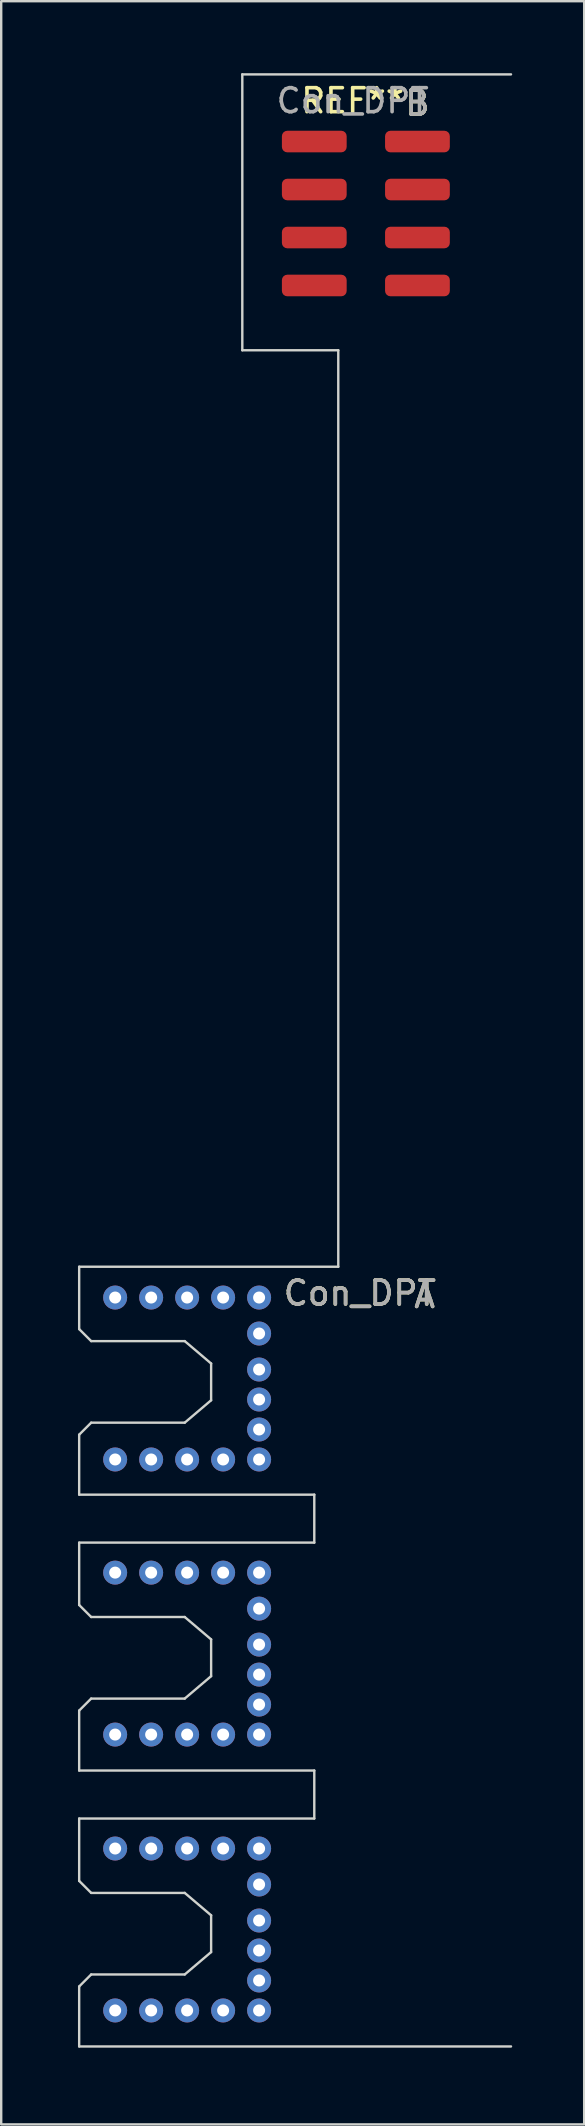
<source format=kicad_pcb>
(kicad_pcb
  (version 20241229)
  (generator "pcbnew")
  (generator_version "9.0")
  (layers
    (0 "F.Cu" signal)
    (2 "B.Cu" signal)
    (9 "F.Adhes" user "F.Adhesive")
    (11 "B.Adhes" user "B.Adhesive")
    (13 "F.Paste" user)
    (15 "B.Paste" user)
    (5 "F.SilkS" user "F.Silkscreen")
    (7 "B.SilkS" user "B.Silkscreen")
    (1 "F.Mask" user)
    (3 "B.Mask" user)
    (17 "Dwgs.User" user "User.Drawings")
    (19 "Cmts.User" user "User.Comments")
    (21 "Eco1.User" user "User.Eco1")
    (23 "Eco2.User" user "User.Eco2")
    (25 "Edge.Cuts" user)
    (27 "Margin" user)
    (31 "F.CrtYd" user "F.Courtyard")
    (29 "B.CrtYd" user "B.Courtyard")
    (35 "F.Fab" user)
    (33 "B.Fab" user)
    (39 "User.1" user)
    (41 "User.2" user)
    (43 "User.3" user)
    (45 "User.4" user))
  (footprint "Con_DPT"
    (layer "F.Cu")
    (at 0.25 82.25)
    (property "Reference" "Con_DPT" (at 11.7 -31.4 0) (unlocked yes) (layer "F.SilkS") (effects (font (size 1 1) (thickness 0.15))))
    (fp_poly (pts (xy 8.856 -23.166) (xy 0.2 -23.166) (xy 0.2 -25.466) (xy 0.6 -25.766) (xy 4.5 -25.766) (xy 5.8 -26.866) (xy 5.8 -28.566) (xy 4.5 -29.666) (xy 0.6 -29.666) (xy 0.2 -30.066) (xy 0.2 -32.266) (xy 8.856 -32.266)) (stroke (width 0.12) (type solid)) (fill yes) (layer "F.Mask"))
    (fp_poly (pts (xy 8.856 -11.7) (xy 0.2 -11.7) (xy 0.2 -14) (xy 0.6 -14.3) (xy 4.5 -14.3) (xy 5.8 -15.4) (xy 5.8 -17.1) (xy 4.5 -18.2) (xy 0.6 -18.2) (xy 0.2 -18.6) (xy 0.2 -20.8) (xy 8.856 -20.8)) (stroke (width 0.12) (type solid)) (fill yes) (layer "F.Mask"))
    (fp_poly (pts (xy 8.856 -0.2) (xy 0.2 -0.2) (xy 0.2 -2.5) (xy 0.6 -2.8) (xy 4.5 -2.8) (xy 5.8 -3.9) (xy 5.8 -5.6) (xy 4.5 -6.7) (xy 0.6 -6.7) (xy 0.2 -7.1) (xy 0.2 -9.3) (xy 8.856 -9.3)) (stroke (width 0.12) (type solid)) (fill yes) (layer "F.Mask"))
    (fp_poly (pts (xy 8.856 -23.166) (xy 0.2 -23.166) (xy 0.2 -25.466) (xy 0.6 -25.766) (xy 4.5 -25.766) (xy 5.8 -26.866) (xy 5.8 -28.566) (xy 4.5 -29.666) (xy 0.6 -29.666) (xy 0.2 -30.066) (xy 0.2 -32.266) (xy 8.856 -32.266)) (stroke (width 0.12) (type solid)) (fill yes) (layer "B.Mask"))
    (fp_poly (pts (xy 8.856 -11.7) (xy 0.2 -11.7) (xy 0.2 -14) (xy 0.6 -14.3) (xy 4.5 -14.3) (xy 5.8 -15.4) (xy 5.8 -17.1) (xy 4.5 -18.2) (xy 0.6 -18.2) (xy 0.2 -18.6) (xy 0.2 -20.8) (xy 8.856 -20.8)) (stroke (width 0.12) (type solid)) (fill yes) (layer "B.Mask"))
    (fp_poly (pts (xy 8.856 -0.2) (xy 0.2 -0.2) (xy 0.2 -2.5) (xy 0.6 -2.8) (xy 4.5 -2.8) (xy 5.8 -3.9) (xy 5.8 -5.6) (xy 4.5 -6.7) (xy 0.6 -6.7) (xy 0.2 -7.1) (xy 0.2 -9.3) (xy 8.856 -9.3)) (stroke (width 0.12) (type solid)) (fill yes) (layer "B.Mask"))
    (fp_line (start 0 -32.5) (end 0 -29.9) (stroke (width 0.1) (type solid)) (layer "Edge.Cuts"))
    (fp_line (start 0 -32.5) (end 10.8 -32.5) (stroke (width 0.1) (type solid)) (layer "Edge.Cuts"))
    (fp_line (start 0 -29.9) (end 0.5 -29.4) (stroke (width 0.1) (type solid)) (layer "Edge.Cuts"))
    (fp_line (start 0 -25.5) (end 0 -23) (stroke (width 0.1) (type solid)) (layer "Edge.Cuts"))
    (fp_line (start 0 -21) (end 0 -18.4) (stroke (width 0.1) (type solid)) (layer "Edge.Cuts"))
    (fp_line (start 0 -21) (end 9.8 -21) (stroke (width 0.1) (type solid)) (layer "Edge.Cuts"))
    (fp_line (start 0 -18.4) (end 0.5 -17.9) (stroke (width 0.1) (type solid)) (layer "Edge.Cuts"))
    (fp_line (start 0 -14) (end 0 -11.5) (stroke (width 0.1) (type solid)) (layer "Edge.Cuts"))
    (fp_line (start 0 -9.5) (end 0 -6.9) (stroke (width 0.1) (type solid)) (layer "Edge.Cuts"))
    (fp_line (start 0 -6.9) (end 0.5 -6.4) (stroke (width 0.1) (type solid)) (layer "Edge.Cuts"))
    (fp_line (start 0 -2.5) (end 0 0) (stroke (width 0.1) (type solid)) (layer "Edge.Cuts"))
    (fp_line (start 0 0) (end 18 0) (stroke (width 0.1) (type solid)) (layer "Edge.Cuts"))
    (fp_line (start 0.5 -29.4) (end 4.4 -29.4) (stroke (width 0.1) (type solid)) (layer "Edge.Cuts"))
    (fp_line (start 0.5 -26) (end 0 -25.5) (stroke (width 0.1) (type solid)) (layer "Edge.Cuts"))
    (fp_line (start 0.5 -17.9) (end 4.4 -17.9) (stroke (width 0.1) (type solid)) (layer "Edge.Cuts"))
    (fp_line (start 0.5 -14.5) (end 0 -14) (stroke (width 0.1) (type solid)) (layer "Edge.Cuts"))
    (fp_line (start 0.5 -6.4) (end 4.4 -6.4) (stroke (width 0.1) (type solid)) (layer "Edge.Cuts"))
    (fp_line (start 0.5 -3) (end 0 -2.5) (stroke (width 0.1) (type solid)) (layer "Edge.Cuts"))
    (fp_line (start 4.4 -29.4) (end 5.5 -28.466) (stroke (width 0.1) (type solid)) (layer "Edge.Cuts"))
    (fp_line (start 4.4 -26) (end 0.5 -26) (stroke (width 0.1) (type solid)) (layer "Edge.Cuts"))
    (fp_line (start 4.4 -26) (end 5.5 -26.934) (stroke (width 0.1) (type solid)) (layer "Edge.Cuts"))
    (fp_line (start 4.4 -17.9) (end 5.5 -16.966) (stroke (width 0.1) (type solid)) (layer "Edge.Cuts"))
    (fp_line (start 4.4 -14.5) (end 0.5 -14.5) (stroke (width 0.1) (type solid)) (layer "Edge.Cuts"))
    (fp_line (start 4.4 -14.5) (end 5.5 -15.434) (stroke (width 0.1) (type solid)) (layer "Edge.Cuts"))
    (fp_line (start 4.4 -6.4) (end 5.5 -5.466) (stroke (width 0.1) (type solid)) (layer "Edge.Cuts"))
    (fp_line (start 4.4 -3) (end 0.5 -3) (stroke (width 0.1) (type solid)) (layer "Edge.Cuts"))
    (fp_line (start 4.4 -3) (end 5.5 -3.934) (stroke (width 0.1) (type solid)) (layer "Edge.Cuts"))
    (fp_line (start 5.5 -28.466) (end 5.5 -26.934) (stroke (width 0.1) (type solid)) (layer "Edge.Cuts"))
    (fp_line (start 5.5 -16.966) (end 5.5 -15.434) (stroke (width 0.1) (type solid)) (layer "Edge.Cuts"))
    (fp_line (start 5.5 -5.466) (end 5.5 -3.934) (stroke (width 0.1) (type solid)) (layer "Edge.Cuts"))
    (fp_line (start 6.8 -82.2) (end 18 -82.2) (stroke (width 0.1) (type solid)) (layer "Edge.Cuts"))
    (fp_line (start 6.8 -70.7) (end 6.8 -82.2) (stroke (width 0.1) (type solid)) (layer "Edge.Cuts"))
    (fp_line (start 9.8 -23) (end 0 -23) (stroke (width 0.1) (type solid)) (layer "Edge.Cuts"))
    (fp_line (start 9.8 -21) (end 9.8 -23) (stroke (width 0.1) (type solid)) (layer "Edge.Cuts"))
    (fp_line (start 9.8 -11.5) (end 0 -11.5) (stroke (width 0.1) (type solid)) (layer "Edge.Cuts"))
    (fp_line (start 9.8 -9.5) (end 0 -9.5) (stroke (width 0.1) (type solid)) (layer "Edge.Cuts"))
    (fp_line (start 9.8 -9.5) (end 9.8 -11.5) (stroke (width 0.1) (type solid)) (layer "Edge.Cuts"))
    (fp_line (start 10.8 -70.7) (end 6.8 -70.7) (stroke (width 0.1) (type solid)) (layer "Edge.Cuts"))
    (fp_line (start 10.8 -32.5) (end 10.8 -70.7) (stroke (width 0.1) (type solid)) (layer "Edge.Cuts"))
    (fp_text user "A" (at 14.4 -31.3 0) (unlocked yes) (layer "F.SilkS") (effects (font (size 1 1) (thickness 0.15))))
    (fp_text user "B" (at 14.1 -81 0) (unlocked yes) (layer "F.SilkS") (effects (font (size 1 1) (thickness 0.15))))
    (fp_text user "REF**" (at 11.4 -81.1 0) (unlocked yes) (layer "F.SilkS") (effects (font (size 1 1) (thickness 0.15))))
    (fp_text user "A" (at 14.4 -31.3 0) (unlocked yes) (layer "F.Fab") (effects (font (size 1 1) (thickness 0.15))))
    (fp_text user "${REFERENCE}" (at 11.4 -81.1 0) (unlocked yes) (layer "F.Fab") (effects (font (size 1 1) (thickness 0.15))))
    (fp_text user "B" (at 14.1 -81 0) (unlocked yes) (layer "F.Fab") (effects (font (size 1 1) (thickness 0.15))))
    (fp_text user "${REFERENCE}" (at 11.7 -31.4 0) (unlocked yes) (layer "F.Fab") (effects (font (size 1 1) (thickness 0.15))))
    (pad "1" smd roundrect (at 9.8 -73.4) (size 2.7 0.9) (layers "F.Cu" "F.Mask" "F.Paste") (roundrect_rratio 0.25))
    (pad "2" smd roundrect (at 9.8 -75.4) (size 2.7 0.9) (layers "F.Cu" "F.Mask" "F.Paste") (roundrect_rratio 0.25))
    (pad "3" smd roundrect (at 9.8 -77.4) (size 2.7 0.9) (layers "F.Cu" "F.Mask" "F.Paste") (roundrect_rratio 0.25))
    (pad "4" smd roundrect (at 9.8 -79.4) (size 2.7 0.9) (layers "F.Cu" "F.Mask" "F.Paste") (roundrect_rratio 0.25))
    (pad "5" smd roundrect (at 14.1 -73.4) (size 2.7 0.9) (layers "F.Cu" "F.Mask" "F.Paste") (roundrect_rratio 0.25))
    (pad "6" smd roundrect (at 14.1 -75.4) (size 2.7 0.9) (layers "F.Cu" "F.Mask" "F.Paste") (roundrect_rratio 0.25))
    (pad "7" smd roundrect (at 14.1 -77.4) (size 2.7 0.9) (layers "F.Cu" "F.Mask" "F.Paste") (roundrect_rratio 0.25))
    (pad "8" smd roundrect (at 14.1 -79.4) (size 2.7 0.9) (layers "F.Cu" "F.Mask" "F.Paste") (roundrect_rratio 0.25))
    (pad "9" thru_hole circle (at 1.5 -31.216) (size 1 1) (drill 0.5) (layers "*.Cu" "*.Mask"))
    (pad "9" thru_hole circle (at 1.5 -24.466) (size 1 1) (drill 0.5) (layers "*.Cu" "*.Mask"))
    (pad "9" thru_hole circle (at 3 -31.216) (size 1 1) (drill 0.5) (layers "*.Cu" "*.Mask"))
    (pad "9" thru_hole circle (at 3 -24.466) (size 1 1) (drill 0.5) (layers "*.Cu" "*.Mask"))
    (pad "9" thru_hole circle (at 4.5 -31.216) (size 1 1) (drill 0.5) (layers "*.Cu" "*.Mask"))
    (pad "9" thru_hole circle (at 4.5 -24.466) (size 1 1) (drill 0.5) (layers "*.Cu" "*.Mask"))
    (pad "9" thru_hole circle (at 6 -31.216) (size 1 1) (drill 0.5) (layers "*.Cu" "*.Mask"))
    (pad "9" thru_hole circle (at 6 -24.466) (size 1 1) (drill 0.5) (layers "*.Cu" "*.Mask"))
    (pad "9" thru_hole circle (at 7.5 -31.216) (size 1 1) (drill 0.5) (layers "*.Cu" "*.Mask"))
    (pad "9" thru_hole circle (at 7.5 -29.716) (size 1 1) (drill 0.5) (layers "*.Cu" "*.Mask"))
    (pad "9" thru_hole circle (at 7.5 -28.216) (size 1 1) (drill 0.5) (layers "*.Cu" "*.Mask"))
    (pad "9" thru_hole circle (at 7.5 -26.966) (size 1 1) (drill 0.5) (layers "*.Cu" "*.Mask"))
    (pad "9" thru_hole circle (at 7.5 -25.716) (size 1 1) (drill 0.5) (layers "*.Cu" "*.Mask"))
    (pad "9" thru_hole circle (at 7.5 -24.466) (size 1 1) (drill 0.5) (layers "*.Cu" "*.Mask"))
    (pad "10" thru_hole circle (at 1.5 -19.75) (size 1 1) (drill 0.5) (layers "*.Cu" "*.Mask"))
    (pad "10" thru_hole circle (at 1.5 -13) (size 1 1) (drill 0.5) (layers "*.Cu" "*.Mask"))
    (pad "10" thru_hole circle (at 3 -19.75) (size 1 1) (drill 0.5) (layers "*.Cu" "*.Mask"))
    (pad "10" thru_hole circle (at 3 -13) (size 1 1) (drill 0.5) (layers "*.Cu" "*.Mask"))
    (pad "10" thru_hole circle (at 4.5 -19.75) (size 1 1) (drill 0.5) (layers "*.Cu" "*.Mask"))
    (pad "10" thru_hole circle (at 4.5 -13) (size 1 1) (drill 0.5) (layers "*.Cu" "*.Mask"))
    (pad "10" thru_hole circle (at 6 -19.75) (size 1 1) (drill 0.5) (layers "*.Cu" "*.Mask"))
    (pad "10" thru_hole circle (at 6 -13) (size 1 1) (drill 0.5) (layers "*.Cu" "*.Mask"))
    (pad "10" thru_hole circle (at 7.5 -19.75) (size 1 1) (drill 0.5) (layers "*.Cu" "*.Mask"))
    (pad "10" thru_hole circle (at 7.5 -18.25) (size 1 1) (drill 0.5) (layers "*.Cu" "*.Mask"))
    (pad "10" thru_hole circle (at 7.5 -16.75) (size 1 1) (drill 0.5) (layers "*.Cu" "*.Mask"))
    (pad "10" thru_hole circle (at 7.5 -15.5) (size 1 1) (drill 0.5) (layers "*.Cu" "*.Mask"))
    (pad "10" thru_hole circle (at 7.5 -14.25) (size 1 1) (drill 0.5) (layers "*.Cu" "*.Mask"))
    (pad "10" thru_hole circle (at 7.5 -13) (size 1 1) (drill 0.5) (layers "*.Cu" "*.Mask"))
    (pad "11" thru_hole circle (at 1.5 -8.25) (size 1 1) (drill 0.5) (layers "*.Cu" "*.Mask"))
    (pad "11" thru_hole circle (at 1.5 -1.5) (size 1 1) (drill 0.5) (layers "*.Cu" "*.Mask"))
    (pad "11" thru_hole circle (at 3 -8.25) (size 1 1) (drill 0.5) (layers "*.Cu" "*.Mask"))
    (pad "11" thru_hole circle (at 3 -1.5) (size 1 1) (drill 0.5) (layers "*.Cu" "*.Mask"))
    (pad "11" thru_hole circle (at 4.5 -8.25) (size 1 1) (drill 0.5) (layers "*.Cu" "*.Mask"))
    (pad "11" thru_hole circle (at 4.5 -1.5) (size 1 1) (drill 0.5) (layers "*.Cu" "*.Mask"))
    (pad "11" thru_hole circle (at 6 -8.25) (size 1 1) (drill 0.5) (layers "*.Cu" "*.Mask"))
    (pad "11" thru_hole circle (at 6 -1.5) (size 1 1) (drill 0.5) (layers "*.Cu" "*.Mask"))
    (pad "11" thru_hole circle (at 7.5 -8.25) (size 1 1) (drill 0.5) (layers "*.Cu" "*.Mask"))
    (pad "11" thru_hole circle (at 7.5 -6.75) (size 1 1) (drill 0.5) (layers "*.Cu" "*.Mask"))
    (pad "11" thru_hole circle (at 7.5 -5.25) (size 1 1) (drill 0.5) (layers "*.Cu" "*.Mask"))
    (pad "11" thru_hole circle (at 7.5 -4) (size 1 1) (drill 0.5) (layers "*.Cu" "*.Mask"))
    (pad "11" thru_hole circle (at 7.5 -2.75) (size 1 1) (drill 0.5) (layers "*.Cu" "*.Mask"))
    (pad "11" thru_hole circle (at 7.5 -1.5) (size 1 1) (drill 0.5) (layers "*.Cu" "*.Mask")))
  (gr_rect
    (start -3 -3)
    (end 21.3 85.5)
    (stroke (width 0.1) (type default))
    (fill no)
    (layer "Edge.Cuts")))
</source>
